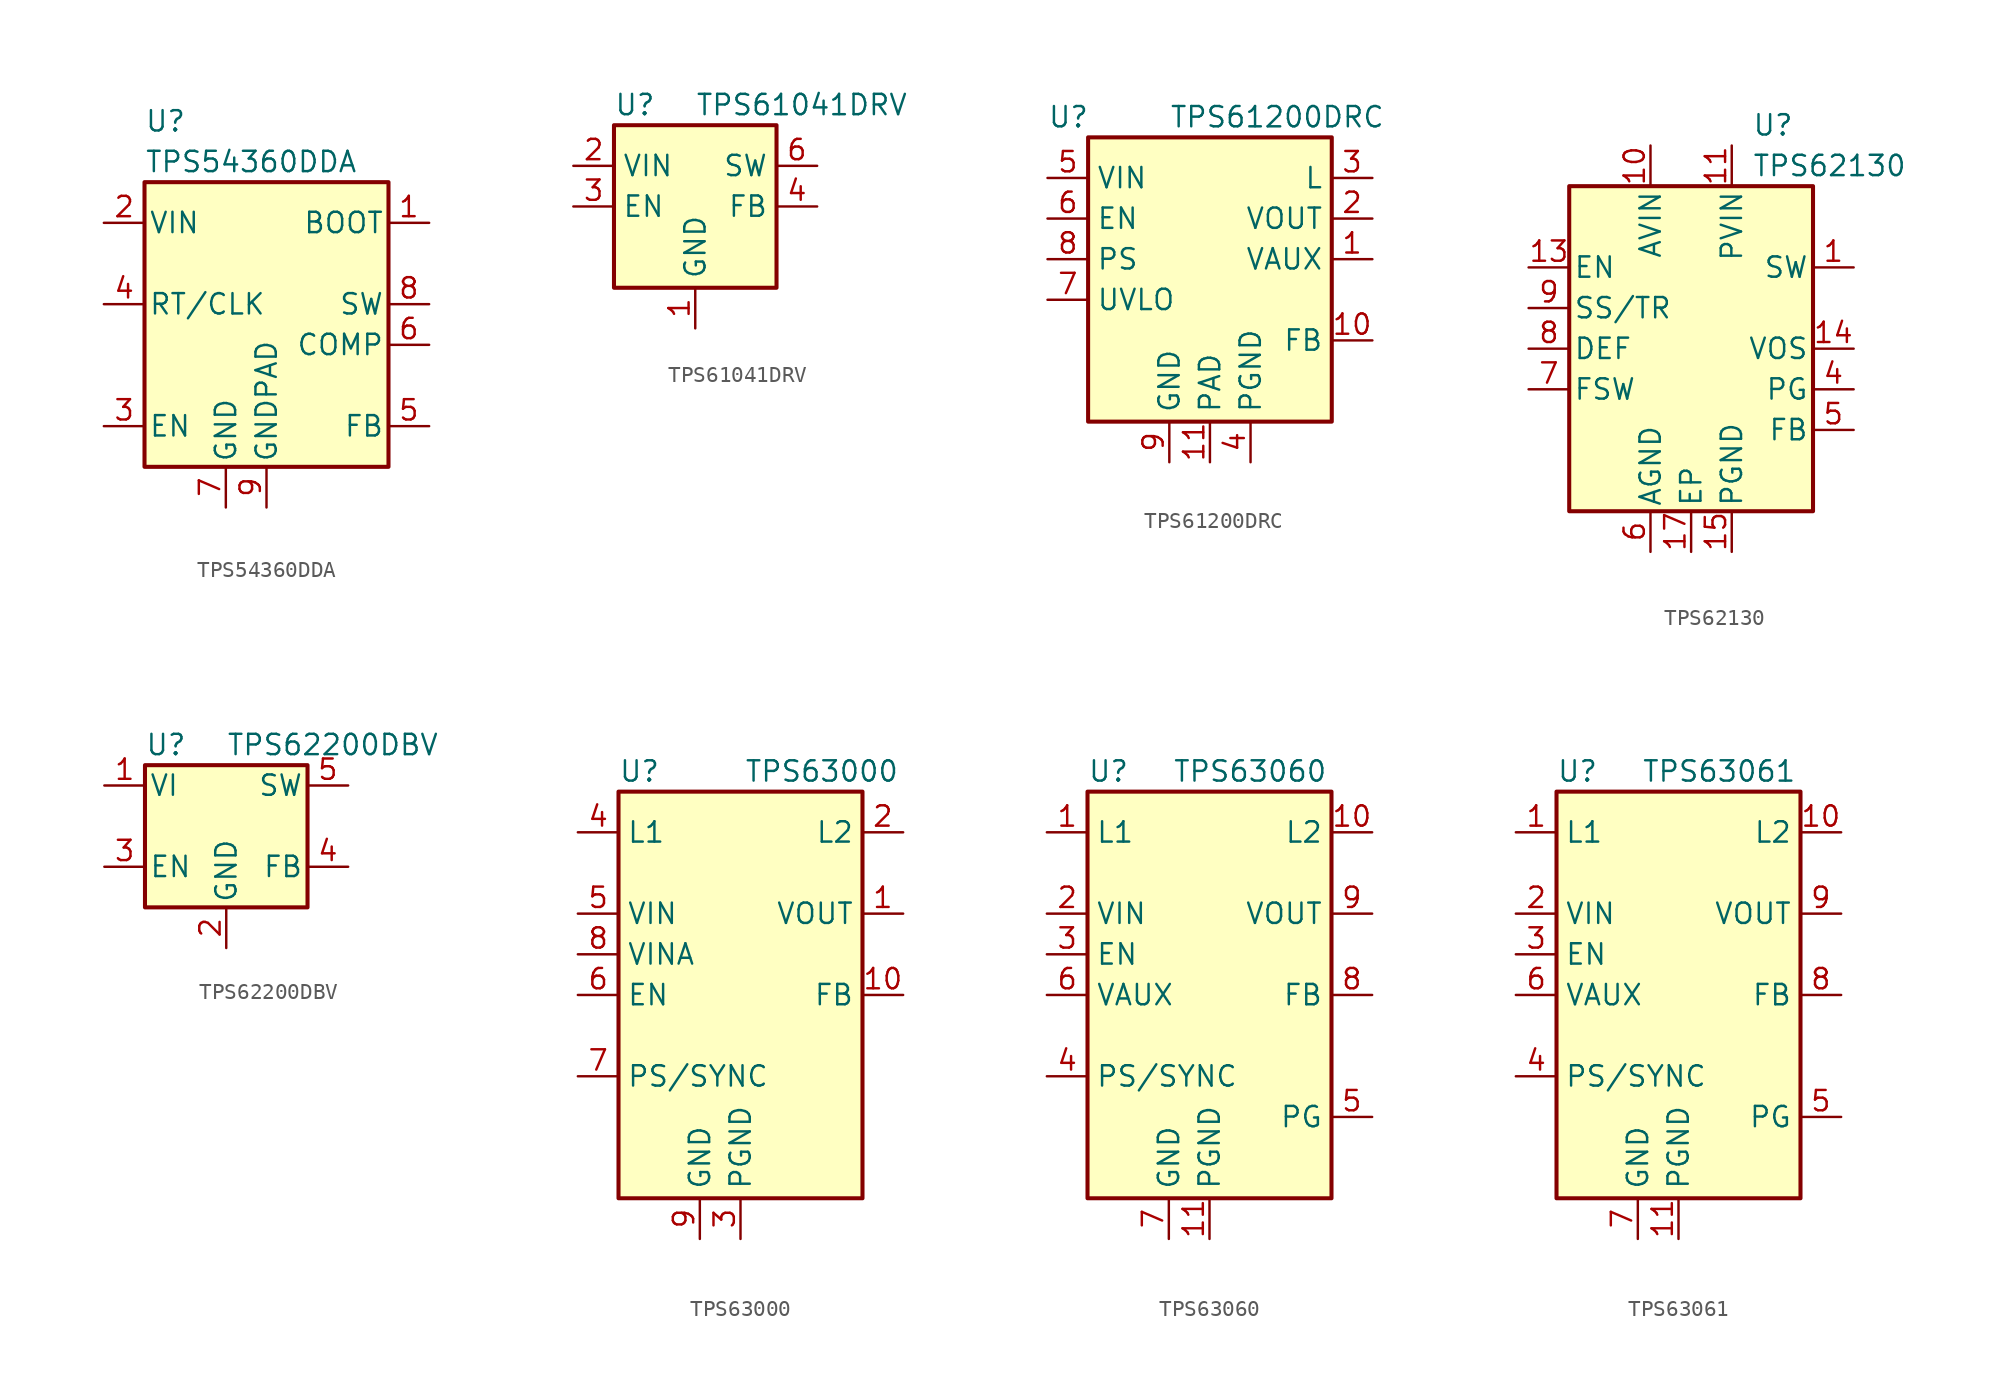
<source format=kicad_sym>
(kicad_symbol_lib
  (version 20201005)
  (generator kicad_symbol_editor)
  (symbol "TPS54360DDA"
    (pin_names
      (offset 0.254))
    (property "Reference" "U"
      (at -7.62 11.43 0)
      (effects (font (size 1.27 1.27)) (justify left)))
    (property "Value" "TPS54360DDA"
      (at -7.62 8.89 0)
      (effects (font (size 1.27 1.27)) (justify left)))
    (symbol "TPS54360DDA_0_1"
      (rectangle (start -7.62 7.62) (end 7.62 -10.16) (stroke (width 0.254)) (fill (type background))))
    (symbol "TPS54360DDA_1_1"
      (pin input line (at 10.16 5.08 180) (length 2.54) (name "BOOT" (effects (font (size 1.27 1.27)))) (number "1" (effects (font (size 1.27 1.27)))))
      (pin power_in line (at -10.16 5.08 0) (length 2.54) (name "VIN" (effects (font (size 1.27 1.27)))) (number "2" (effects (font (size 1.27 1.27)))))
      (pin input line (at -10.16 -7.62 0) (length 2.54) (name "EN" (effects (font (size 1.27 1.27)))) (number "3" (effects (font (size 1.27 1.27)))))
      (pin input line (at -10.16 0 0) (length 2.54) (name "RT/CLK" (effects (font (size 1.27 1.27)))) (number "4" (effects (font (size 1.27 1.27)))))
      (pin input line (at 10.16 -7.62 180) (length 2.54) (name "FB" (effects (font (size 1.27 1.27)))) (number "5" (effects (font (size 1.27 1.27)))))
      (pin passive line (at 10.16 -2.54 180) (length 2.54) (name "COMP" (effects (font (size 1.27 1.27)))) (number "6" (effects (font (size 1.27 1.27)))))
      (pin power_in line (at -2.54 -12.7 90) (length 2.54) (name "GND" (effects (font (size 1.27 1.27)))) (number "7" (effects (font (size 1.27 1.27)))))
      (pin output line (at 10.16 0 180) (length 2.54) (name "SW" (effects (font (size 1.27 1.27)))) (number "8" (effects (font (size 1.27 1.27)))))
      (pin power_in line (at 0 -12.7 90) (length 2.54) (name "GNDPAD" (effects (font (size 1.27 1.27)))) (number "9" (effects (font (size 1.27 1.27)))))))
  (symbol "TPS61041DRV"
    (property "Reference" "U"
      (at -5.08 6.35 0)
      (effects (font (size 1.27 1.27)) (justify left)))
    (property "Value" "TPS61041DRV"
      (at 0 6.35 0)
      (effects (font (size 1.27 1.27)) (justify left)))
    (symbol "TPS61041DRV_0_1"
      (rectangle (start -5.08 5.08) (end 5.08 -5.08) (stroke (width 0.254)) (fill (type background))))
    (symbol "TPS61041DRV_1_1"
      (pin power_in line (at 0 -7.62 90) (length 2.54) (name "GND" (effects (font (size 1.27 1.27)))) (number "1" (effects (font (size 1.27 1.27)))))
      (pin power_in line (at -7.62 2.54 0) (length 2.54) (name "VIN" (effects (font (size 1.27 1.27)))) (number "2" (effects (font (size 1.27 1.27)))))
      (pin input line (at -7.62 0 0) (length 2.54) (name "EN" (effects (font (size 1.27 1.27)))) (number "3" (effects (font (size 1.27 1.27)))))
      (pin input line (at 7.62 0 180) (length 2.54) (name "FB" (effects (font (size 1.27 1.27)))) (number "4" (effects (font (size 1.27 1.27)))))
      (pin no_connect line (at 5.08 -2.54 180) (length 2.54) hide (name "NC" (effects (font (size 1.27 1.27)))) (number "5" (effects (font (size 1.27 1.27)))))
      (pin power_out line (at 7.62 2.54 180) (length 2.54) (name "SW" (effects (font (size 1.27 1.27)))) (number "6" (effects (font (size 1.27 1.27)))))))
  (symbol "TPS61200DRC"
    (property "Reference" "U"
      (at -10.16 8.89 0)
      (effects (font (size 1.27 1.27)) (justify left)))
    (property "Value" "TPS61200DRC"
      (at -2.54 8.89 0)
      (effects (font (size 1.27 1.27)) (justify left)))
    (symbol "TPS61200DRC_0_1"
      (rectangle (start -7.62 7.62) (end 7.62 -10.16) (stroke (width 0.254)) (fill (type background))))
    (symbol "TPS61200DRC_1_1"
      (pin bidirectional line (at 10.16 0 180) (length 2.54) (name "VAUX" (effects (font (size 1.27 1.27)))) (number "1" (effects (font (size 1.27 1.27)))))
      (pin input line (at 10.16 -5.08 180) (length 2.54) (name "FB" (effects (font (size 1.27 1.27)))) (number "10" (effects (font (size 1.27 1.27)))))
      (pin power_in line (at 0 -12.7 90) (length 2.54) (name "PAD" (effects (font (size 1.27 1.27)))) (number "11" (effects (font (size 1.27 1.27)))))
      (pin power_out line (at 10.16 2.54 180) (length 2.54) (name "VOUT" (effects (font (size 1.27 1.27)))) (number "2" (effects (font (size 1.27 1.27)))))
      (pin input line (at 10.16 5.08 180) (length 2.54) (name "L" (effects (font (size 1.27 1.27)))) (number "3" (effects (font (size 1.27 1.27)))))
      (pin power_in line (at 2.54 -12.7 90) (length 2.54) (name "PGND" (effects (font (size 1.27 1.27)))) (number "4" (effects (font (size 1.27 1.27)))))
      (pin power_in line (at -10.16 5.08 0) (length 2.54) (name "VIN" (effects (font (size 1.27 1.27)))) (number "5" (effects (font (size 1.27 1.27)))))
      (pin input line (at -10.16 2.54 0) (length 2.54) (name "EN" (effects (font (size 1.27 1.27)))) (number "6" (effects (font (size 1.27 1.27)))))
      (pin input line (at -10.16 -2.54 0) (length 2.54) (name "UVLO" (effects (font (size 1.27 1.27)))) (number "7" (effects (font (size 1.27 1.27)))))
      (pin input line (at -10.16 0 0) (length 2.54) (name "PS" (effects (font (size 1.27 1.27)))) (number "8" (effects (font (size 1.27 1.27)))))
      (pin power_in line (at -2.54 -12.7 90) (length 2.54) (name "GND" (effects (font (size 1.27 1.27)))) (number "9" (effects (font (size 1.27 1.27)))))))
  (symbol "TPS62130"
    (pin_names
      (offset 0.254))
    (property "Reference" "U"
      (at 3.81 13.97 0)
      (effects (font (size 1.27 1.27)) (justify left)))
    (property "Value" "TPS62130"
      (at 3.81 11.43 0)
      (effects (font (size 1.27 1.27)) (justify left)))
    (symbol "TPS62130_0_1"
      (rectangle (start -7.62 10.16) (end 7.62 -10.16) (stroke (width 0.254)) (fill (type background))))
    (symbol "TPS62130_1_1"
      (pin output line (at 10.16 5.08 180) (length 2.54) (name "SW" (effects (font (size 1.27 1.27)))) (number "1" (effects (font (size 1.27 1.27)))))
      (pin power_in line (at -2.54 12.7 270) (length 2.54) (name "AVIN" (effects (font (size 1.27 1.27)))) (number "10" (effects (font (size 1.27 1.27)))))
      (pin power_in line (at 2.54 12.7 270) (length 2.54) (name "PVIN" (effects (font (size 1.27 1.27)))) (number "11" (effects (font (size 1.27 1.27)))))
      (pin passive line (at 2.54 12.7 270) (length 2.54) hide (name "PVIN" (effects (font (size 1.27 1.27)))) (number "12" (effects (font (size 1.27 1.27)))))
      (pin input line (at -10.16 5.08 0) (length 2.54) (name "EN" (effects (font (size 1.27 1.27)))) (number "13" (effects (font (size 1.27 1.27)))))
      (pin input line (at 10.16 0 180) (length 2.54) (name "VOS" (effects (font (size 1.27 1.27)))) (number "14" (effects (font (size 1.27 1.27)))))
      (pin power_in line (at 2.54 -12.7 90) (length 2.54) (name "PGND" (effects (font (size 1.27 1.27)))) (number "15" (effects (font (size 1.27 1.27)))))
      (pin passive line (at 2.54 -12.7 90) (length 2.54) hide (name "PGND" (effects (font (size 1.27 1.27)))) (number "16" (effects (font (size 1.27 1.27)))))
      (pin power_in line (at 0 -12.7 90) (length 2.54) (name "EP" (effects (font (size 1.27 1.27)))) (number "17" (effects (font (size 1.27 1.27)))))
      (pin passive line (at 10.16 5.08 180) (length 2.54) hide (name "SW" (effects (font (size 1.27 1.27)))) (number "2" (effects (font (size 1.27 1.27)))))
      (pin passive line (at 10.16 5.08 180) (length 2.54) hide (name "SW" (effects (font (size 1.27 1.27)))) (number "3" (effects (font (size 1.27 1.27)))))
      (pin open_collector line (at 10.16 -2.54 180) (length 2.54) (name "PG" (effects (font (size 1.27 1.27)))) (number "4" (effects (font (size 1.27 1.27)))))
      (pin input line (at 10.16 -5.08 180) (length 2.54) (name "FB" (effects (font (size 1.27 1.27)))) (number "5" (effects (font (size 1.27 1.27)))))
      (pin power_in line (at -2.54 -12.7 90) (length 2.54) (name "AGND" (effects (font (size 1.27 1.27)))) (number "6" (effects (font (size 1.27 1.27)))))
      (pin input line (at -10.16 -2.54 0) (length 2.54) (name "FSW" (effects (font (size 1.27 1.27)))) (number "7" (effects (font (size 1.27 1.27)))))
      (pin input line (at -10.16 0 0) (length 2.54) (name "DEF" (effects (font (size 1.27 1.27)))) (number "8" (effects (font (size 1.27 1.27)))))
      (pin input line (at -10.16 2.54 0) (length 2.54) (name "SS/TR" (effects (font (size 1.27 1.27)))) (number "9" (effects (font (size 1.27 1.27)))))))
  (symbol "TPS62200DBV"
    (pin_names
      (offset 0.254))
    (property "Reference" "U"
      (at -5.08 7.62 0)
      (effects (font (size 1.27 1.27)) (justify left)))
    (property "Value" "TPS62200DBV"
      (at 0 7.62 0)
      (effects (font (size 1.27 1.27)) (justify left)))
    (symbol "TPS62200DBV_0_1"
      (rectangle (start -5.08 6.35) (end 5.08 -2.54) (stroke (width 0.254)) (fill (type background))))
    (symbol "TPS62200DBV_1_1"
      (pin power_in line (at -7.62 5.08 0) (length 2.54) (name "VI" (effects (font (size 1.27 1.27)))) (number "1" (effects (font (size 1.27 1.27)))))
      (pin power_in line (at 0 -5.08 90) (length 2.54) (name "GND" (effects (font (size 1.27 1.27)))) (number "2" (effects (font (size 1.27 1.27)))))
      (pin input line (at -7.62 0 0) (length 2.54) (name "EN" (effects (font (size 1.27 1.27)))) (number "3" (effects (font (size 1.27 1.27)))))
      (pin input line (at 7.62 0 180) (length 2.54) (name "FB" (effects (font (size 1.27 1.27)))) (number "4" (effects (font (size 1.27 1.27)))))
      (pin output line (at 7.62 5.08 180) (length 2.54) (name "SW" (effects (font (size 1.27 1.27)))) (number "5" (effects (font (size 1.27 1.27)))))))
  (symbol "TPS63000"
    (property "Reference" "U"
      (at -7.62 13.97 0)
      (effects (font (size 1.27 1.27)) (justify left)))
    (property "Value" "TPS63000"
      (at 5.08 13.97 0)
      (effects (font (size 1.27 1.27))))
    (symbol "TPS63000_0_1"
      (rectangle (start -7.62 12.7) (end 7.62 -12.7) (stroke (width 0.254)) (fill (type background))))
    (symbol "TPS63000_1_1"
      (pin power_out line (at 10.16 5.08 180) (length 2.54) (name "VOUT" (effects (font (size 1.27 1.27)))) (number "1" (effects (font (size 1.27 1.27)))))
      (pin input line (at 10.16 0 180) (length 2.54) (name "FB" (effects (font (size 1.27 1.27)))) (number "10" (effects (font (size 1.27 1.27)))))
      (pin passive line (at 0 -15.24 90) (length 2.54) hide (name "PGND" (effects (font (size 1.27 1.27)))) (number "11" (effects (font (size 1.27 1.27)))))
      (pin input line (at 10.16 10.16 180) (length 2.54) (name "L2" (effects (font (size 1.27 1.27)))) (number "2" (effects (font (size 1.27 1.27)))))
      (pin power_in line (at 0 -15.24 90) (length 2.54) (name "PGND" (effects (font (size 1.27 1.27)))) (number "3" (effects (font (size 1.27 1.27)))))
      (pin input line (at -10.16 10.16 0) (length 2.54) (name "L1" (effects (font (size 1.27 1.27)))) (number "4" (effects (font (size 1.27 1.27)))))
      (pin power_in line (at -10.16 5.08 0) (length 2.54) (name "VIN" (effects (font (size 1.27 1.27)))) (number "5" (effects (font (size 1.27 1.27)))))
      (pin input line (at -10.16 0 0) (length 2.54) (name "EN" (effects (font (size 1.27 1.27)))) (number "6" (effects (font (size 1.27 1.27)))))
      (pin input line (at -10.16 -5.08 0) (length 2.54) (name "PS/SYNC" (effects (font (size 1.27 1.27)))) (number "7" (effects (font (size 1.27 1.27)))))
      (pin power_in line (at -10.16 2.54 0) (length 2.54) (name "VINA" (effects (font (size 1.27 1.27)))) (number "8" (effects (font (size 1.27 1.27)))))
      (pin power_in line (at -2.54 -15.24 90) (length 2.54) (name "GND" (effects (font (size 1.27 1.27)))) (number "9" (effects (font (size 1.27 1.27)))))))
  (symbol "TPS63060"
    (property "Reference" "U"
      (at -7.62 13.97 0)
      (effects (font (size 1.27 1.27)) (justify left)))
    (property "Value" "TPS63060"
      (at 2.54 13.97 0)
      (effects (font (size 1.27 1.27))))
    (symbol "TPS63060_0_1"
      (rectangle (start -7.62 12.7) (end 7.62 -12.7) (stroke (width 0.254)) (fill (type background))))
    (symbol "TPS63060_1_1"
      (pin input line (at -10.16 10.16 0) (length 2.54) (name "L1" (effects (font (size 1.27 1.27)))) (number "1" (effects (font (size 1.27 1.27)))))
      (pin input line (at 10.16 10.16 180) (length 2.54) (name "L2" (effects (font (size 1.27 1.27)))) (number "10" (effects (font (size 1.27 1.27)))))
      (pin power_in line (at 0 -15.24 90) (length 2.54) (name "PGND" (effects (font (size 1.27 1.27)))) (number "11" (effects (font (size 1.27 1.27)))))
      (pin power_in line (at -10.16 5.08 0) (length 2.54) (name "VIN" (effects (font (size 1.27 1.27)))) (number "2" (effects (font (size 1.27 1.27)))))
      (pin input line (at -10.16 2.54 0) (length 2.54) (name "EN" (effects (font (size 1.27 1.27)))) (number "3" (effects (font (size 1.27 1.27)))))
      (pin input line (at -10.16 -5.08 0) (length 2.54) (name "PS/SYNC" (effects (font (size 1.27 1.27)))) (number "4" (effects (font (size 1.27 1.27)))))
      (pin output line (at 10.16 -7.62 180) (length 2.54) (name "PG" (effects (font (size 1.27 1.27)))) (number "5" (effects (font (size 1.27 1.27)))))
      (pin passive line (at -10.16 0 0) (length 2.54) (name "VAUX" (effects (font (size 1.27 1.27)))) (number "6" (effects (font (size 1.27 1.27)))))
      (pin power_in line (at -2.54 -15.24 90) (length 2.54) (name "GND" (effects (font (size 1.27 1.27)))) (number "7" (effects (font (size 1.27 1.27)))))
      (pin input line (at 10.16 0 180) (length 2.54) (name "FB" (effects (font (size 1.27 1.27)))) (number "8" (effects (font (size 1.27 1.27)))))
      (pin power_out line (at 10.16 5.08 180) (length 2.54) (name "VOUT" (effects (font (size 1.27 1.27)))) (number "9" (effects (font (size 1.27 1.27)))))))
  (symbol "TPS63061"
    (property "Reference" "U"
      (at -7.62 13.97 0)
      (effects (font (size 1.27 1.27)) (justify left)))
    (property "Value" "TPS63061"
      (at 2.54 13.97 0)
      (effects (font (size 1.27 1.27))))
    (symbol "TPS63061_0_1"
      (rectangle (start -7.62 12.7) (end 7.62 -12.7) (stroke (width 0.254)) (fill (type background))))
    (symbol "TPS63061_1_1"
      (pin input line (at -10.16 10.16 0) (length 2.54) (name "L1" (effects (font (size 1.27 1.27)))) (number "1" (effects (font (size 1.27 1.27)))))
      (pin input line (at 10.16 10.16 180) (length 2.54) (name "L2" (effects (font (size 1.27 1.27)))) (number "10" (effects (font (size 1.27 1.27)))))
      (pin power_in line (at 0 -15.24 90) (length 2.54) (name "PGND" (effects (font (size 1.27 1.27)))) (number "11" (effects (font (size 1.27 1.27)))))
      (pin power_in line (at -10.16 5.08 0) (length 2.54) (name "VIN" (effects (font (size 1.27 1.27)))) (number "2" (effects (font (size 1.27 1.27)))))
      (pin input line (at -10.16 2.54 0) (length 2.54) (name "EN" (effects (font (size 1.27 1.27)))) (number "3" (effects (font (size 1.27 1.27)))))
      (pin input line (at -10.16 -5.08 0) (length 2.54) (name "PS/SYNC" (effects (font (size 1.27 1.27)))) (number "4" (effects (font (size 1.27 1.27)))))
      (pin output line (at 10.16 -7.62 180) (length 2.54) (name "PG" (effects (font (size 1.27 1.27)))) (number "5" (effects (font (size 1.27 1.27)))))
      (pin passive line (at -10.16 0 0) (length 2.54) (name "VAUX" (effects (font (size 1.27 1.27)))) (number "6" (effects (font (size 1.27 1.27)))))
      (pin power_in line (at -2.54 -15.24 90) (length 2.54) (name "GND" (effects (font (size 1.27 1.27)))) (number "7" (effects (font (size 1.27 1.27)))))
      (pin input line (at 10.16 0 180) (length 2.54) (name "FB" (effects (font (size 1.27 1.27)))) (number "8" (effects (font (size 1.27 1.27)))))
      (pin power_out line (at 10.16 5.08 180) (length 2.54) (name "VOUT" (effects (font (size 1.27 1.27)))) (number "9" (effects (font (size 1.27 1.27))))))))
</source>
